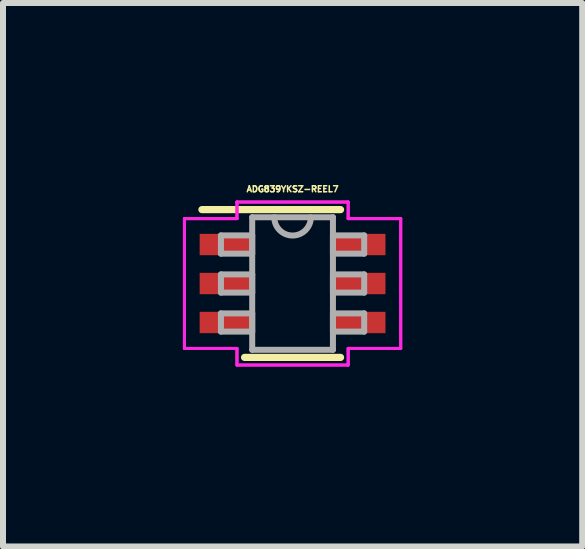
<source format=kicad_pcb>
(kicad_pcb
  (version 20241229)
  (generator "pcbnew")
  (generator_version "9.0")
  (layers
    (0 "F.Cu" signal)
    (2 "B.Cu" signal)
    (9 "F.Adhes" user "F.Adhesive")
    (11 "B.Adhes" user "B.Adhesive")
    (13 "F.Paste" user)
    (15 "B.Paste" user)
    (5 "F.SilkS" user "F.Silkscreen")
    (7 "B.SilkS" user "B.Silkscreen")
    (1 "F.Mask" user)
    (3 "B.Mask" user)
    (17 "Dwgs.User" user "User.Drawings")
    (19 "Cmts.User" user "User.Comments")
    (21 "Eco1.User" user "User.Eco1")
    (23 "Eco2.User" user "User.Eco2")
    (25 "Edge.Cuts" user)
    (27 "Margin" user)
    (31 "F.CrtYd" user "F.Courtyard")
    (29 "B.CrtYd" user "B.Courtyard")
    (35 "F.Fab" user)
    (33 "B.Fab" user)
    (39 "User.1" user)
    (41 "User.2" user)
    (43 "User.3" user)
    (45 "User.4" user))
  (footprint "ADG839YKSZ-REEL7"
    (layer "F.Cu")
    (at 1.828 1.677)
    (property "Reference" "ADG839YKSZ-REEL7" (at 0 -1.575 0) (layer "F.SilkS") (effects (font (size 0.1 0.1) (thickness 0.025))))
    (attr through_hole)
    (fp_line (start -0.8 1.232) (end 0.8 1.232) (stroke (width 0.12) (type solid)) (layer "F.SilkS"))
    (fp_line (start 0.8 -1.232) (end -1.511 -1.232) (stroke (width 0.12) (type solid)) (layer "F.SilkS"))
    (fp_line (start -1.803 -1.082) (end -0.927 -1.082) (stroke (width 0.05) (type solid)) (layer "F.CrtYd"))
    (fp_line (start -1.803 -1.082) (end -0.927 -1.082) (stroke (width 0.05) (type solid)) (layer "F.CrtYd"))
    (fp_line (start -1.803 1.082) (end -1.803 -1.082) (stroke (width 0.05) (type solid)) (layer "F.CrtYd"))
    (fp_line (start -1.803 1.082) (end -1.803 -1.082) (stroke (width 0.05) (type solid)) (layer "F.CrtYd"))
    (fp_line (start -1.803 1.082) (end -0.927 1.082) (stroke (width 0.05) (type solid)) (layer "F.CrtYd"))
    (fp_line (start -0.927 -1.359) (end 0.927 -1.359) (stroke (width 0.05) (type solid)) (layer "F.CrtYd"))
    (fp_line (start -0.927 -1.359) (end 0.927 -1.359) (stroke (width 0.05) (type solid)) (layer "F.CrtYd"))
    (fp_line (start -0.927 -1.082) (end -0.927 -1.359) (stroke (width 0.05) (type solid)) (layer "F.CrtYd"))
    (fp_line (start -0.927 -1.082) (end -0.927 -1.359) (stroke (width 0.05) (type solid)) (layer "F.CrtYd"))
    (fp_line (start -0.927 1.082) (end -1.803 1.082) (stroke (width 0.05) (type solid)) (layer "F.CrtYd"))
    (fp_line (start -0.927 1.359) (end -0.927 1.082) (stroke (width 0.05) (type solid)) (layer "F.CrtYd"))
    (fp_line (start -0.927 1.359) (end -0.927 1.082) (stroke (width 0.05) (type solid)) (layer "F.CrtYd"))
    (fp_line (start 0.927 -1.359) (end 0.927 -1.082) (stroke (width 0.05) (type solid)) (layer "F.CrtYd"))
    (fp_line (start 0.927 -1.359) (end 0.927 -1.082) (stroke (width 0.05) (type solid)) (layer "F.CrtYd"))
    (fp_line (start 0.927 -1.082) (end 1.803 -1.082) (stroke (width 0.05) (type solid)) (layer "F.CrtYd"))
    (fp_line (start 0.927 1.082) (end 0.927 1.359) (stroke (width 0.05) (type solid)) (layer "F.CrtYd"))
    (fp_line (start 0.927 1.082) (end 0.927 1.359) (stroke (width 0.05) (type solid)) (layer "F.CrtYd"))
    (fp_line (start 0.927 1.359) (end -0.927 1.359) (stroke (width 0.05) (type solid)) (layer "F.CrtYd"))
    (fp_line (start 0.927 1.359) (end -0.927 1.359) (stroke (width 0.05) (type solid)) (layer "F.CrtYd"))
    (fp_line (start 1.803 -1.082) (end 0.927 -1.082) (stroke (width 0.05) (type solid)) (layer "F.CrtYd"))
    (fp_line (start 1.803 -1.082) (end 1.803 1.082) (stroke (width 0.05) (type solid)) (layer "F.CrtYd"))
    (fp_line (start 1.803 -1.082) (end 1.803 1.082) (stroke (width 0.05) (type solid)) (layer "F.CrtYd"))
    (fp_line (start 1.803 1.082) (end 0.927 1.082) (stroke (width 0.05) (type solid)) (layer "F.CrtYd"))
    (fp_line (start 1.803 1.082) (end 0.927 1.082) (stroke (width 0.05) (type solid)) (layer "F.CrtYd"))
    (fp_line (start -1.194 -0.802) (end -1.194 -0.498) (stroke (width 0.1) (type solid)) (layer "F.Fab"))
    (fp_line (start -1.194 -0.498) (end -0.673 -0.498) (stroke (width 0.1) (type solid)) (layer "F.Fab"))
    (fp_line (start -1.194 -0.152) (end -1.194 0.152) (stroke (width 0.1) (type solid)) (layer "F.Fab"))
    (fp_line (start -1.194 0.152) (end -0.673 0.152) (stroke (width 0.1) (type solid)) (layer "F.Fab"))
    (fp_line (start -1.194 0.498) (end -1.194 0.802) (stroke (width 0.1) (type solid)) (layer "F.Fab"))
    (fp_line (start -1.194 0.802) (end -0.673 0.802) (stroke (width 0.1) (type solid)) (layer "F.Fab"))
    (fp_line (start -0.673 -1.105) (end -0.673 1.105) (stroke (width 0.1) (type solid)) (layer "F.Fab"))
    (fp_line (start -0.673 -0.802) (end -1.194 -0.802) (stroke (width 0.1) (type solid)) (layer "F.Fab"))
    (fp_line (start -0.673 -0.498) (end -0.673 -0.802) (stroke (width 0.1) (type solid)) (layer "F.Fab"))
    (fp_line (start -0.673 -0.152) (end -1.194 -0.152) (stroke (width 0.1) (type solid)) (layer "F.Fab"))
    (fp_line (start -0.673 0.152) (end -0.673 -0.152) (stroke (width 0.1) (type solid)) (layer "F.Fab"))
    (fp_line (start -0.673 0.498) (end -1.194 0.498) (stroke (width 0.1) (type solid)) (layer "F.Fab"))
    (fp_line (start -0.673 0.802) (end -0.673 0.498) (stroke (width 0.1) (type solid)) (layer "F.Fab"))
    (fp_line (start -0.673 1.105) (end 0.673 1.105) (stroke (width 0.1) (type solid)) (layer "F.Fab"))
    (fp_line (start 0.673 -1.105) (end -0.673 -1.105) (stroke (width 0.1) (type solid)) (layer "F.Fab"))
    (fp_line (start 0.673 -0.802) (end 0.673 -0.498) (stroke (width 0.1) (type solid)) (layer "F.Fab"))
    (fp_line (start 0.673 -0.498) (end 1.194 -0.498) (stroke (width 0.1) (type solid)) (layer "F.Fab"))
    (fp_line (start 0.673 -0.152) (end 0.673 0.152) (stroke (width 0.1) (type solid)) (layer "F.Fab"))
    (fp_line (start 0.673 0.152) (end 1.194 0.152) (stroke (width 0.1) (type solid)) (layer "F.Fab"))
    (fp_line (start 0.673 0.498) (end 0.673 0.802) (stroke (width 0.1) (type solid)) (layer "F.Fab"))
    (fp_line (start 0.673 0.802) (end 1.194 0.802) (stroke (width 0.1) (type solid)) (layer "F.Fab"))
    (fp_line (start 0.673 1.105) (end 0.673 -1.105) (stroke (width 0.1) (type solid)) (layer "F.Fab"))
    (fp_line (start 1.194 -0.802) (end 0.673 -0.802) (stroke (width 0.1) (type solid)) (layer "F.Fab"))
    (fp_line (start 1.194 -0.498) (end 1.194 -0.802) (stroke (width 0.1) (type solid)) (layer "F.Fab"))
    (fp_line (start 1.194 -0.152) (end 0.673 -0.152) (stroke (width 0.1) (type solid)) (layer "F.Fab"))
    (fp_line (start 1.194 0.152) (end 1.194 -0.152) (stroke (width 0.1) (type solid)) (layer "F.Fab"))
    (fp_line (start 1.194 0.498) (end 0.673 0.498) (stroke (width 0.1) (type solid)) (layer "F.Fab"))
    (fp_line (start 1.194 0.802) (end 1.194 0.498) (stroke (width 0.1) (type solid)) (layer "F.Fab"))
    (fp_arc (start 0.3048 -1.1049) (mid 0 -0.8001) (end -0.3048 -1.1049) (stroke (width 0.1) (type solid)) (layer "F.Fab"))
    (pad "1" smd rect (at -1.111 -0.65) (size 0.876 0.356) (layers "F.Cu" "F.Mask" "F.Paste"))
    (pad "2" smd rect (at -1.111 0) (size 0.876 0.356) (layers "F.Cu" "F.Mask" "F.Paste"))
    (pad "3" smd rect (at -1.111 0.65) (size 0.876 0.356) (layers "F.Cu" "F.Mask" "F.Paste"))
    (pad "4" smd rect (at 1.111 0.65) (size 0.876 0.356) (layers "F.Cu" "F.Mask" "F.Paste"))
    (pad "5" smd rect (at 1.111 0) (size 0.876 0.356) (layers "F.Cu" "F.Mask" "F.Paste"))
    (pad "6" smd rect (at 1.111 -0.65) (size 0.876 0.356) (layers "F.Cu" "F.Mask" "F.Paste")))
  (gr_rect
    (start -3 -3)
    (end 6.657 6.061)
    (stroke (width 0.1) (type default))
    (fill no)
    (layer "Edge.Cuts")))
</source>
